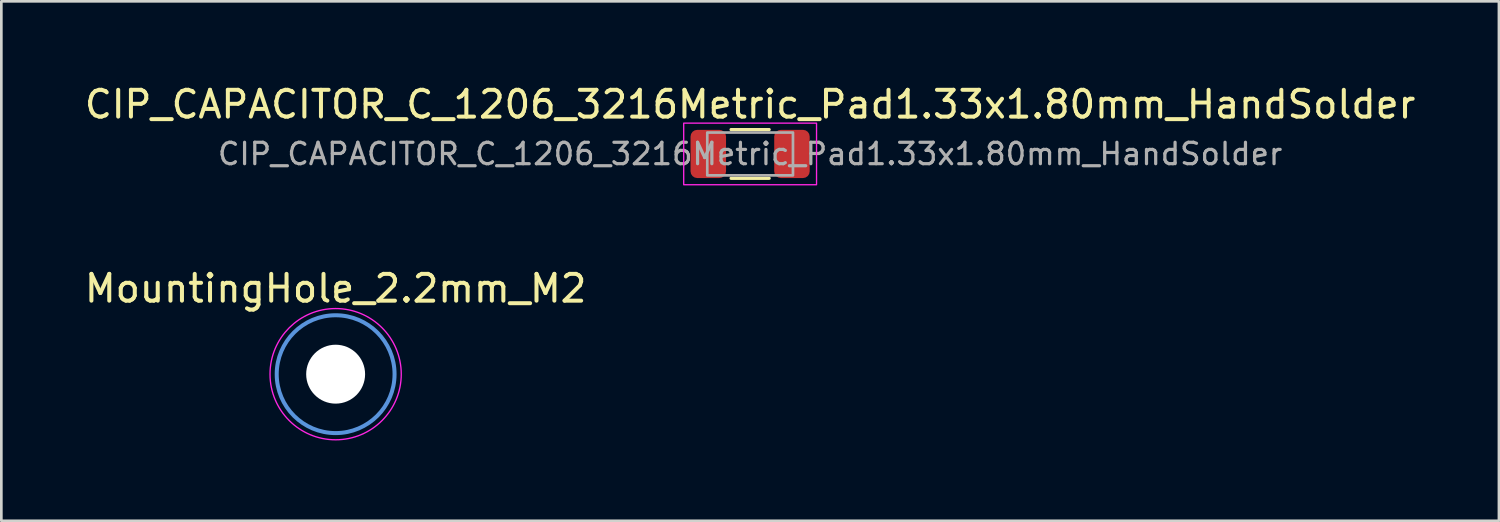
<source format=kicad_pcb>
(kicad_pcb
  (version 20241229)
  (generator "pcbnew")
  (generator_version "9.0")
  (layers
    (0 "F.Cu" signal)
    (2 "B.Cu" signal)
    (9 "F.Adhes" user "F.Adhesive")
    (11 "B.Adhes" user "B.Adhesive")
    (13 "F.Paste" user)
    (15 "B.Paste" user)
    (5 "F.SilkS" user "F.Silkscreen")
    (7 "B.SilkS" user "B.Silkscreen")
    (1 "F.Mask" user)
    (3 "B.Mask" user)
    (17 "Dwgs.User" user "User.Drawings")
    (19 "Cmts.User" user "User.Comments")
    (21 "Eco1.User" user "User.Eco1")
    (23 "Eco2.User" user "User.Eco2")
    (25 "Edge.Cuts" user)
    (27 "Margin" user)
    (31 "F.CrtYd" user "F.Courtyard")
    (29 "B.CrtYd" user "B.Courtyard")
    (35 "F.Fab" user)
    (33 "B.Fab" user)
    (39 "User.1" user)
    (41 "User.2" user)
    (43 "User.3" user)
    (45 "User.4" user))
  (footprint "MountingHole_2.2mm_M2"
    (layer "F.Cu")
    (at 9.482 10.921)
    (property "Reference" "MountingHole_2.2mm_M2" (at 0 -3.2 0) (layer "F.SilkS") (effects (font (size 1 1) (thickness 0.15))))
    (attr exclude_from_pos_files exclude_from_bom)
    (fp_circle (center 0 0) (end 2.2 0) (stroke (width 0.15) (type solid)) (fill no) (layer "Cmts.User"))
    (fp_circle (center 0 0) (end 2.45 0) (stroke (width 0.05) (type solid)) (fill no) (layer "F.CrtYd"))
    (pad "" np_thru_hole circle (at 0 0) (size 2.2 2.2) (drill 2.2) (layers "*.Cu" "*.Mask")))
  (footprint "CIP_CAPACITOR_C_1206_3216Metric_Pad1.33x1.80mm_HandSolder"
    (layer "F.Cu")
    (at 24.958 2.698)
    (property "Reference" "CIP_CAPACITOR_C_1206_3216Metric_Pad1.33x1.80mm_HandSolder" (at 0 -1.85 0) (layer "F.SilkS") (effects (font (size 1 1) (thickness 0.15))))
    (attr smd)
    (fp_line (start -0.711 -0.91) (end 0.711 -0.91) (stroke (width 0.12) (type solid)) (layer "F.SilkS"))
    (fp_line (start -0.711 0.91) (end 0.711 0.91) (stroke (width 0.12) (type solid)) (layer "F.SilkS"))
    (fp_rect (start -2.48 -1.15) (end 2.48 1.15) (stroke (width 0.05) (type solid)) (fill no) (layer "F.CrtYd"))
    (fp_rect (start -1.6 -0.8) (end 1.6 0.8) (stroke (width 0.1) (type solid)) (fill no) (layer "F.Fab"))
    (fp_text user "${REFERENCE}" (at 0 0 0) (layer "F.Fab") (effects (font (size 0.8 0.8) (thickness 0.12))))
    (pad "1" smd roundrect (at -1.562 0) (size 1.325 1.8) (layers "F.Cu" "F.Mask" "F.Paste") (roundrect_rratio 0.189))
    (pad "2" smd roundrect (at 1.562 0) (size 1.325 1.8) (layers "F.Cu" "F.Mask" "F.Paste") (roundrect_rratio 0.189)))
  (gr_rect
    (start -3 -3)
    (end 52.917 16.396)
    (stroke (width 0.1) (type default))
    (fill no)
    (layer "Edge.Cuts")))
</source>
